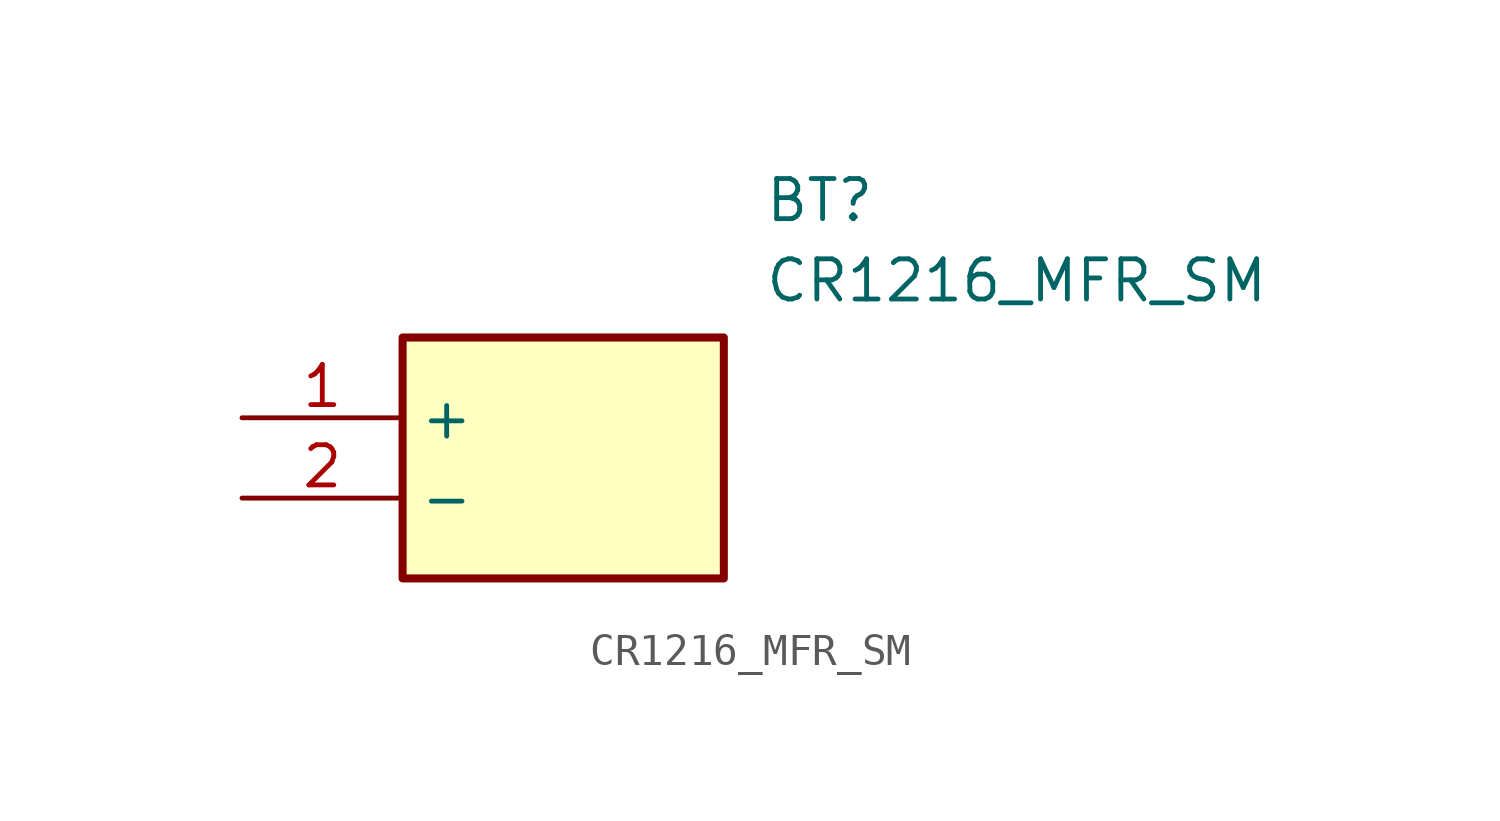
<source format=kicad_sym>
(kicad_symbol_lib
  (version 20211014)
  (generator SamacSys_ECAD_Model)
  (symbol "CR1216_MFR_SM"
    (property "Reference" "BT"
      (at 16.51 7.62 0)
      (effects (font (size 1.27 1.27)) (justify left top)))
    (property "Value" "CR1216_MFR_SM"
      (at 16.51 5.08 0)
      (effects (font (size 1.27 1.27)) (justify left top)))
    (rectangle
      (start 5.08 2.54)
      (end 15.24 -5.08)
      (stroke (width 0.254) (type default))
      (fill (type background)))
    (pin passive line
      (at 0 0 0)
      (length 5.08)
      (name "+" (effects (font (size 1.27 1.27))))
      (number "1" (effects (font (size 1.27 1.27)))))
    (pin passive line
      (at 0 -2.54 0)
      (length 5.08)
      (name "-" (effects (font (size 1.27 1.27))))
      (number "2" (effects (font (size 1.27 1.27)))))))
</source>
